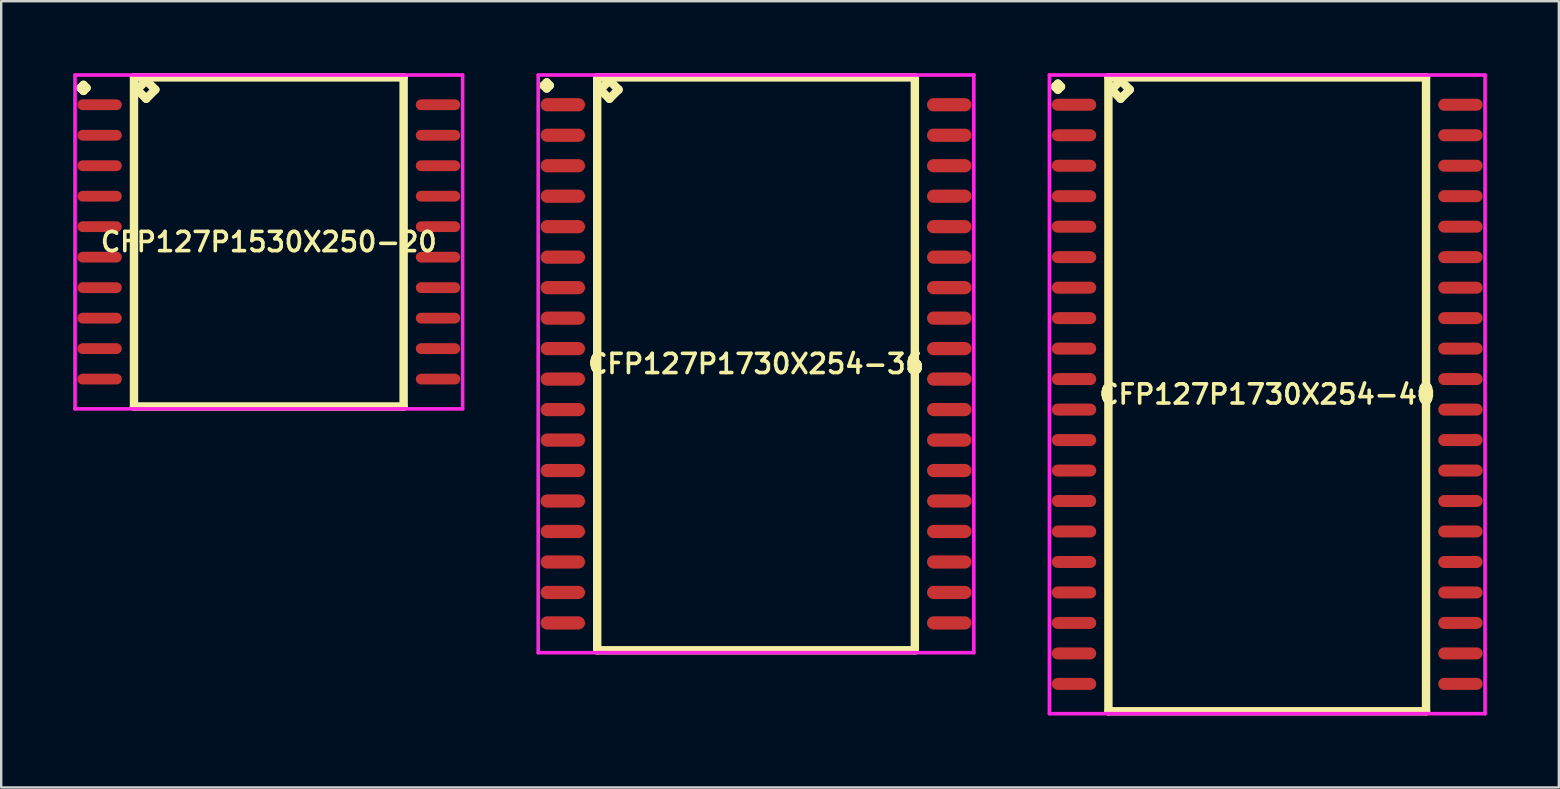
<source format=kicad_pcb>
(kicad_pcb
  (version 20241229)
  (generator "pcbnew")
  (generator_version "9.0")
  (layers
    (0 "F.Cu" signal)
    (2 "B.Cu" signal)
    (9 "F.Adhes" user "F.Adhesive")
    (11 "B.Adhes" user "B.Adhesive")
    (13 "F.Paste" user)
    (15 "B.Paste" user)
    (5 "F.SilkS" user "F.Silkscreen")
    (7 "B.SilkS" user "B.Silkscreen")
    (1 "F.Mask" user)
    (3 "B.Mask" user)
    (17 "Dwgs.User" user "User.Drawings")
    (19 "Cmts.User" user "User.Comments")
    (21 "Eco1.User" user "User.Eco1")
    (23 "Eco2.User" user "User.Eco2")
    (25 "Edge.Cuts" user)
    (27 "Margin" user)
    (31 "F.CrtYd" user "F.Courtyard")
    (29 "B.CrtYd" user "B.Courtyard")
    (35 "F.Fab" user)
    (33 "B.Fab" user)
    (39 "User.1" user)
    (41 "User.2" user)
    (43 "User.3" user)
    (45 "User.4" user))
  (footprint "CFP127P1730X254-36"
    (layer "F.Cu")
    (at 28.45 12.11)
    (property "Reference" "CFP127P1730X254-36" (at 0 0 0) (layer "F.SilkS") (effects (font (size 0.8 0.8) (thickness 0.15))))
    (attr smd)
    (fp_line (start -8.848 -11.599) (end -8.721 -11.726) (stroke (width 0.35) (type solid)) (layer "F.SilkS"))
    (fp_line (start -8.721 -11.726) (end -8.594 -11.599) (stroke (width 0.35) (type solid)) (layer "F.SilkS"))
    (fp_line (start -8.721 -11.472) (end -8.848 -11.599) (stroke (width 0.35) (type solid)) (layer "F.SilkS"))
    (fp_line (start -8.594 -11.599) (end -8.721 -11.472) (stroke (width 0.35) (type solid)) (layer "F.SilkS"))
    (fp_line (start -6.617 -11.935) (end -6.617 11.935) (stroke (width 0.35) (type solid)) (layer "F.SilkS"))
    (fp_line (start -6.617 11.935) (end 6.617 11.935) (stroke (width 0.35) (type solid)) (layer "F.SilkS"))
    (fp_line (start -6.49 -11.427) (end -6.109 -11.808) (stroke (width 0.35) (type solid)) (layer "F.SilkS"))
    (fp_line (start -6.109 -11.808) (end -5.728 -11.427) (stroke (width 0.35) (type solid)) (layer "F.SilkS"))
    (fp_line (start -6.109 -11.046) (end -6.49 -11.427) (stroke (width 0.35) (type solid)) (layer "F.SilkS"))
    (fp_line (start -5.728 -11.427) (end -6.109 -11.046) (stroke (width 0.35) (type solid)) (layer "F.SilkS"))
    (fp_line (start 6.617 -11.935) (end -6.617 -11.935) (stroke (width 0.35) (type solid)) (layer "F.SilkS"))
    (fp_line (start 6.617 11.935) (end 6.617 -11.935) (stroke (width 0.35) (type solid)) (layer "F.SilkS"))
    (fp_line (start -9.075 -12.035) (end 9.075 -12.035) (stroke (width 0.15) (type solid)) (layer "F.CrtYd"))
    (fp_line (start -9.075 12.035) (end -9.075 -12.035) (stroke (width 0.15) (type solid)) (layer "F.CrtYd"))
    (fp_line (start 9.075 -12.035) (end 9.075 12.035) (stroke (width 0.15) (type solid)) (layer "F.CrtYd"))
    (fp_line (start 9.075 12.035) (end -9.075 12.035) (stroke (width 0.15) (type solid)) (layer "F.CrtYd"))
    (pad "1" smd oval (at -8.05 -10.795) (size 1.85 0.55) (layers "F.Cu" "F.Mask" "F.Paste"))
    (pad "2" smd oval (at -8.05 -9.525) (size 1.85 0.55) (layers "F.Cu" "F.Mask" "F.Paste"))
    (pad "3" smd oval (at -8.05 -8.255) (size 1.85 0.55) (layers "F.Cu" "F.Mask" "F.Paste"))
    (pad "4" smd oval (at -8.05 -6.985) (size 1.85 0.55) (layers "F.Cu" "F.Mask" "F.Paste"))
    (pad "5" smd oval (at -8.05 -5.715) (size 1.85 0.55) (layers "F.Cu" "F.Mask" "F.Paste"))
    (pad "6" smd oval (at -8.05 -4.445) (size 1.85 0.55) (layers "F.Cu" "F.Mask" "F.Paste"))
    (pad "7" smd oval (at -8.05 -3.175) (size 1.85 0.55) (layers "F.Cu" "F.Mask" "F.Paste"))
    (pad "8" smd oval (at -8.05 -1.905) (size 1.85 0.55) (layers "F.Cu" "F.Mask" "F.Paste"))
    (pad "9" smd oval (at -8.05 -0.635) (size 1.85 0.55) (layers "F.Cu" "F.Mask" "F.Paste"))
    (pad "10" smd oval (at -8.05 0.635) (size 1.85 0.55) (layers "F.Cu" "F.Mask" "F.Paste"))
    (pad "11" smd oval (at -8.05 1.905) (size 1.85 0.55) (layers "F.Cu" "F.Mask" "F.Paste"))
    (pad "12" smd oval (at -8.05 3.175) (size 1.85 0.55) (layers "F.Cu" "F.Mask" "F.Paste"))
    (pad "13" smd oval (at -8.05 4.445) (size 1.85 0.55) (layers "F.Cu" "F.Mask" "F.Paste"))
    (pad "14" smd oval (at -8.05 5.715) (size 1.85 0.55) (layers "F.Cu" "F.Mask" "F.Paste"))
    (pad "15" smd oval (at -8.05 6.985) (size 1.85 0.55) (layers "F.Cu" "F.Mask" "F.Paste"))
    (pad "16" smd oval (at -8.05 8.255) (size 1.85 0.55) (layers "F.Cu" "F.Mask" "F.Paste"))
    (pad "17" smd oval (at -8.05 9.525) (size 1.85 0.55) (layers "F.Cu" "F.Mask" "F.Paste"))
    (pad "18" smd oval (at -8.05 10.795) (size 1.85 0.55) (layers "F.Cu" "F.Mask" "F.Paste"))
    (pad "19" smd oval (at 8.05 10.795) (size 1.85 0.55) (layers "F.Cu" "F.Mask" "F.Paste"))
    (pad "20" smd oval (at 8.05 9.525) (size 1.85 0.55) (layers "F.Cu" "F.Mask" "F.Paste"))
    (pad "21" smd oval (at 8.05 8.255) (size 1.85 0.55) (layers "F.Cu" "F.Mask" "F.Paste"))
    (pad "22" smd oval (at 8.05 6.985) (size 1.85 0.55) (layers "F.Cu" "F.Mask" "F.Paste"))
    (pad "23" smd oval (at 8.05 5.715) (size 1.85 0.55) (layers "F.Cu" "F.Mask" "F.Paste"))
    (pad "24" smd oval (at 8.05 4.445) (size 1.85 0.55) (layers "F.Cu" "F.Mask" "F.Paste"))
    (pad "25" smd oval (at 8.05 3.175) (size 1.85 0.55) (layers "F.Cu" "F.Mask" "F.Paste"))
    (pad "26" smd oval (at 8.05 1.905) (size 1.85 0.55) (layers "F.Cu" "F.Mask" "F.Paste"))
    (pad "27" smd oval (at 8.05 0.635) (size 1.85 0.55) (layers "F.Cu" "F.Mask" "F.Paste"))
    (pad "28" smd oval (at 8.05 -0.635) (size 1.85 0.55) (layers "F.Cu" "F.Mask" "F.Paste"))
    (pad "29" smd oval (at 8.05 -1.905) (size 1.85 0.55) (layers "F.Cu" "F.Mask" "F.Paste"))
    (pad "30" smd oval (at 8.05 -3.175) (size 1.85 0.55) (layers "F.Cu" "F.Mask" "F.Paste"))
    (pad "31" smd oval (at 8.05 -4.445) (size 1.85 0.55) (layers "F.Cu" "F.Mask" "F.Paste"))
    (pad "32" smd oval (at 8.05 -5.715) (size 1.85 0.55) (layers "F.Cu" "F.Mask" "F.Paste"))
    (pad "33" smd oval (at 8.05 -6.985) (size 1.85 0.55) (layers "F.Cu" "F.Mask" "F.Paste"))
    (pad "34" smd oval (at 8.05 -8.255) (size 1.85 0.55) (layers "F.Cu" "F.Mask" "F.Paste"))
    (pad "35" smd oval (at 8.05 -9.525) (size 1.85 0.55) (layers "F.Cu" "F.Mask" "F.Paste"))
    (pad "36" smd oval (at 8.05 -10.795) (size 1.85 0.55) (layers "F.Cu" "F.Mask" "F.Paste")))
  (footprint "CFP127P1530X250-20"
    (layer "F.Cu")
    (at 8.15 7.03)
    (property "Reference" "CFP127P1530X250-20" (at 0 0 0) (layer "F.SilkS") (effects (font (size 0.8 0.8) (thickness 0.15))))
    (attr smd)
    (fp_line (start -7.848 -6.419) (end -7.721 -6.546) (stroke (width 0.35) (type solid)) (layer "F.SilkS"))
    (fp_line (start -7.721 -6.546) (end -7.594 -6.419) (stroke (width 0.35) (type solid)) (layer "F.SilkS"))
    (fp_line (start -7.721 -6.292) (end -7.848 -6.419) (stroke (width 0.35) (type solid)) (layer "F.SilkS"))
    (fp_line (start -7.594 -6.419) (end -7.721 -6.292) (stroke (width 0.35) (type solid)) (layer "F.SilkS"))
    (fp_line (start -5.617 -6.855) (end -5.617 6.855) (stroke (width 0.35) (type solid)) (layer "F.SilkS"))
    (fp_line (start -5.617 6.855) (end 5.617 6.855) (stroke (width 0.35) (type solid)) (layer "F.SilkS"))
    (fp_line (start -5.49 -6.347) (end -5.109 -6.728) (stroke (width 0.35) (type solid)) (layer "F.SilkS"))
    (fp_line (start -5.109 -6.728) (end -4.728 -6.347) (stroke (width 0.35) (type solid)) (layer "F.SilkS"))
    (fp_line (start -5.109 -5.966) (end -5.49 -6.347) (stroke (width 0.35) (type solid)) (layer "F.SilkS"))
    (fp_line (start -4.728 -6.347) (end -5.109 -5.966) (stroke (width 0.35) (type solid)) (layer "F.SilkS"))
    (fp_line (start 5.617 -6.855) (end -5.617 -6.855) (stroke (width 0.35) (type solid)) (layer "F.SilkS"))
    (fp_line (start 5.617 6.855) (end 5.617 -6.855) (stroke (width 0.35) (type solid)) (layer "F.SilkS"))
    (fp_line (start -8.075 -6.955) (end 8.075 -6.955) (stroke (width 0.15) (type solid)) (layer "F.CrtYd"))
    (fp_line (start -8.075 6.955) (end -8.075 -6.955) (stroke (width 0.15) (type solid)) (layer "F.CrtYd"))
    (fp_line (start 8.075 -6.955) (end 8.075 6.955) (stroke (width 0.15) (type solid)) (layer "F.CrtYd"))
    (fp_line (start 8.075 6.955) (end -8.075 6.955) (stroke (width 0.15) (type solid)) (layer "F.CrtYd"))
    (pad "1" smd oval (at -7.05 -5.715) (size 1.85 0.45) (layers "F.Cu" "F.Mask" "F.Paste"))
    (pad "2" smd oval (at -7.05 -4.445) (size 1.85 0.45) (layers "F.Cu" "F.Mask" "F.Paste"))
    (pad "3" smd oval (at -7.05 -3.175) (size 1.85 0.45) (layers "F.Cu" "F.Mask" "F.Paste"))
    (pad "4" smd oval (at -7.05 -1.905) (size 1.85 0.45) (layers "F.Cu" "F.Mask" "F.Paste"))
    (pad "5" smd oval (at -7.05 -0.635) (size 1.85 0.45) (layers "F.Cu" "F.Mask" "F.Paste"))
    (pad "6" smd oval (at -7.05 0.635) (size 1.85 0.45) (layers "F.Cu" "F.Mask" "F.Paste"))
    (pad "7" smd oval (at -7.05 1.905) (size 1.85 0.45) (layers "F.Cu" "F.Mask" "F.Paste"))
    (pad "8" smd oval (at -7.05 3.175) (size 1.85 0.45) (layers "F.Cu" "F.Mask" "F.Paste"))
    (pad "9" smd oval (at -7.05 4.445) (size 1.85 0.45) (layers "F.Cu" "F.Mask" "F.Paste"))
    (pad "10" smd oval (at -7.05 5.715) (size 1.85 0.45) (layers "F.Cu" "F.Mask" "F.Paste"))
    (pad "11" smd oval (at 7.05 5.715) (size 1.85 0.45) (layers "F.Cu" "F.Mask" "F.Paste"))
    (pad "12" smd oval (at 7.05 4.445) (size 1.85 0.45) (layers "F.Cu" "F.Mask" "F.Paste"))
    (pad "13" smd oval (at 7.05 3.175) (size 1.85 0.45) (layers "F.Cu" "F.Mask" "F.Paste"))
    (pad "14" smd oval (at 7.05 1.905) (size 1.85 0.45) (layers "F.Cu" "F.Mask" "F.Paste"))
    (pad "15" smd oval (at 7.05 0.635) (size 1.85 0.45) (layers "F.Cu" "F.Mask" "F.Paste"))
    (pad "16" smd oval (at 7.05 -0.635) (size 1.85 0.45) (layers "F.Cu" "F.Mask" "F.Paste"))
    (pad "17" smd oval (at 7.05 -1.905) (size 1.85 0.45) (layers "F.Cu" "F.Mask" "F.Paste"))
    (pad "18" smd oval (at 7.05 -3.175) (size 1.85 0.45) (layers "F.Cu" "F.Mask" "F.Paste"))
    (pad "19" smd oval (at 7.05 -4.445) (size 1.85 0.45) (layers "F.Cu" "F.Mask" "F.Paste"))
    (pad "20" smd oval (at 7.05 -5.715) (size 1.85 0.45) (layers "F.Cu" "F.Mask" "F.Paste")))
  (footprint "CFP127P1730X254-40"
    (layer "F.Cu")
    (at 49.75 13.38)
    (property "Reference" "CFP127P1730X254-40" (at 0 0 0) (layer "F.SilkS") (effects (font (size 0.8 0.8) (thickness 0.15))))
    (attr smd)
    (fp_line (start -8.848 -12.819) (end -8.721 -12.946) (stroke (width 0.35) (type solid)) (layer "F.SilkS"))
    (fp_line (start -8.721 -12.946) (end -8.594 -12.819) (stroke (width 0.35) (type solid)) (layer "F.SilkS"))
    (fp_line (start -8.721 -12.692) (end -8.848 -12.819) (stroke (width 0.35) (type solid)) (layer "F.SilkS"))
    (fp_line (start -8.594 -12.819) (end -8.721 -12.692) (stroke (width 0.35) (type solid)) (layer "F.SilkS"))
    (fp_line (start -6.617 -13.205) (end -6.617 13.205) (stroke (width 0.35) (type solid)) (layer "F.SilkS"))
    (fp_line (start -6.617 13.205) (end 6.617 13.205) (stroke (width 0.35) (type solid)) (layer "F.SilkS"))
    (fp_line (start -6.49 -12.697) (end -6.109 -13.078) (stroke (width 0.35) (type solid)) (layer "F.SilkS"))
    (fp_line (start -6.109 -13.078) (end -5.728 -12.697) (stroke (width 0.35) (type solid)) (layer "F.SilkS"))
    (fp_line (start -6.109 -12.316) (end -6.49 -12.697) (stroke (width 0.35) (type solid)) (layer "F.SilkS"))
    (fp_line (start -5.728 -12.697) (end -6.109 -12.316) (stroke (width 0.35) (type solid)) (layer "F.SilkS"))
    (fp_line (start 6.617 -13.205) (end -6.617 -13.205) (stroke (width 0.35) (type solid)) (layer "F.SilkS"))
    (fp_line (start 6.617 13.205) (end 6.617 -13.205) (stroke (width 0.35) (type solid)) (layer "F.SilkS"))
    (fp_line (start -9.075 -13.305) (end 9.075 -13.305) (stroke (width 0.15) (type solid)) (layer "F.CrtYd"))
    (fp_line (start -9.075 13.305) (end -9.075 -13.305) (stroke (width 0.15) (type solid)) (layer "F.CrtYd"))
    (fp_line (start 9.075 -13.305) (end 9.075 13.305) (stroke (width 0.15) (type solid)) (layer "F.CrtYd"))
    (fp_line (start 9.075 13.305) (end -9.075 13.305) (stroke (width 0.15) (type solid)) (layer "F.CrtYd"))
    (pad "1" smd oval (at -8.05 -12.065) (size 1.85 0.5) (layers "F.Cu" "F.Mask" "F.Paste"))
    (pad "2" smd oval (at -8.05 -10.795) (size 1.85 0.5) (layers "F.Cu" "F.Mask" "F.Paste"))
    (pad "3" smd oval (at -8.05 -9.525) (size 1.85 0.5) (layers "F.Cu" "F.Mask" "F.Paste"))
    (pad "4" smd oval (at -8.05 -8.255) (size 1.85 0.5) (layers "F.Cu" "F.Mask" "F.Paste"))
    (pad "5" smd oval (at -8.05 -6.985) (size 1.85 0.5) (layers "F.Cu" "F.Mask" "F.Paste"))
    (pad "6" smd oval (at -8.05 -5.715) (size 1.85 0.5) (layers "F.Cu" "F.Mask" "F.Paste"))
    (pad "7" smd oval (at -8.05 -4.445) (size 1.85 0.5) (layers "F.Cu" "F.Mask" "F.Paste"))
    (pad "8" smd oval (at -8.05 -3.175) (size 1.85 0.5) (layers "F.Cu" "F.Mask" "F.Paste"))
    (pad "9" smd oval (at -8.05 -1.905) (size 1.85 0.5) (layers "F.Cu" "F.Mask" "F.Paste"))
    (pad "10" smd oval (at -8.05 -0.635) (size 1.85 0.5) (layers "F.Cu" "F.Mask" "F.Paste"))
    (pad "11" smd oval (at -8.05 0.635) (size 1.85 0.5) (layers "F.Cu" "F.Mask" "F.Paste"))
    (pad "12" smd oval (at -8.05 1.905) (size 1.85 0.5) (layers "F.Cu" "F.Mask" "F.Paste"))
    (pad "13" smd oval (at -8.05 3.175) (size 1.85 0.5) (layers "F.Cu" "F.Mask" "F.Paste"))
    (pad "14" smd oval (at -8.05 4.445) (size 1.85 0.5) (layers "F.Cu" "F.Mask" "F.Paste"))
    (pad "15" smd oval (at -8.05 5.715) (size 1.85 0.5) (layers "F.Cu" "F.Mask" "F.Paste"))
    (pad "16" smd oval (at -8.05 6.985) (size 1.85 0.5) (layers "F.Cu" "F.Mask" "F.Paste"))
    (pad "17" smd oval (at -8.05 8.255) (size 1.85 0.5) (layers "F.Cu" "F.Mask" "F.Paste"))
    (pad "18" smd oval (at -8.05 9.525) (size 1.85 0.5) (layers "F.Cu" "F.Mask" "F.Paste"))
    (pad "19" smd oval (at -8.05 10.795) (size 1.85 0.5) (layers "F.Cu" "F.Mask" "F.Paste"))
    (pad "20" smd oval (at -8.05 12.065) (size 1.85 0.5) (layers "F.Cu" "F.Mask" "F.Paste"))
    (pad "21" smd oval (at 8.05 12.065) (size 1.85 0.5) (layers "F.Cu" "F.Mask" "F.Paste"))
    (pad "22" smd oval (at 8.05 10.795) (size 1.85 0.5) (layers "F.Cu" "F.Mask" "F.Paste"))
    (pad "23" smd oval (at 8.05 9.525) (size 1.85 0.5) (layers "F.Cu" "F.Mask" "F.Paste"))
    (pad "24" smd oval (at 8.05 8.255) (size 1.85 0.5) (layers "F.Cu" "F.Mask" "F.Paste"))
    (pad "25" smd oval (at 8.05 6.985) (size 1.85 0.5) (layers "F.Cu" "F.Mask" "F.Paste"))
    (pad "26" smd oval (at 8.05 5.715) (size 1.85 0.5) (layers "F.Cu" "F.Mask" "F.Paste"))
    (pad "27" smd oval (at 8.05 4.445) (size 1.85 0.5) (layers "F.Cu" "F.Mask" "F.Paste"))
    (pad "28" smd oval (at 8.05 3.175) (size 1.85 0.5) (layers "F.Cu" "F.Mask" "F.Paste"))
    (pad "29" smd oval (at 8.05 1.905) (size 1.85 0.5) (layers "F.Cu" "F.Mask" "F.Paste"))
    (pad "30" smd oval (at 8.05 0.635) (size 1.85 0.5) (layers "F.Cu" "F.Mask" "F.Paste"))
    (pad "31" smd oval (at 8.05 -0.635) (size 1.85 0.5) (layers "F.Cu" "F.Mask" "F.Paste"))
    (pad "32" smd oval (at 8.05 -1.905) (size 1.85 0.5) (layers "F.Cu" "F.Mask" "F.Paste"))
    (pad "33" smd oval (at 8.05 -3.175) (size 1.85 0.5) (layers "F.Cu" "F.Mask" "F.Paste"))
    (pad "34" smd oval (at 8.05 -4.445) (size 1.85 0.5) (layers "F.Cu" "F.Mask" "F.Paste"))
    (pad "35" smd oval (at 8.05 -5.715) (size 1.85 0.5) (layers "F.Cu" "F.Mask" "F.Paste"))
    (pad "36" smd oval (at 8.05 -6.985) (size 1.85 0.5) (layers "F.Cu" "F.Mask" "F.Paste"))
    (pad "37" smd oval (at 8.05 -8.255) (size 1.85 0.5) (layers "F.Cu" "F.Mask" "F.Paste"))
    (pad "38" smd oval (at 8.05 -9.525) (size 1.85 0.5) (layers "F.Cu" "F.Mask" "F.Paste"))
    (pad "39" smd oval (at 8.05 -10.795) (size 1.85 0.5) (layers "F.Cu" "F.Mask" "F.Paste"))
    (pad "40" smd oval (at 8.05 -12.065) (size 1.85 0.5) (layers "F.Cu" "F.Mask" "F.Paste")))
  (gr_rect
    (start -3 -3)
    (end 61.9 29.76)
    (stroke (width 0.1) (type default))
    (fill no)
    (layer "Edge.Cuts")))
</source>
